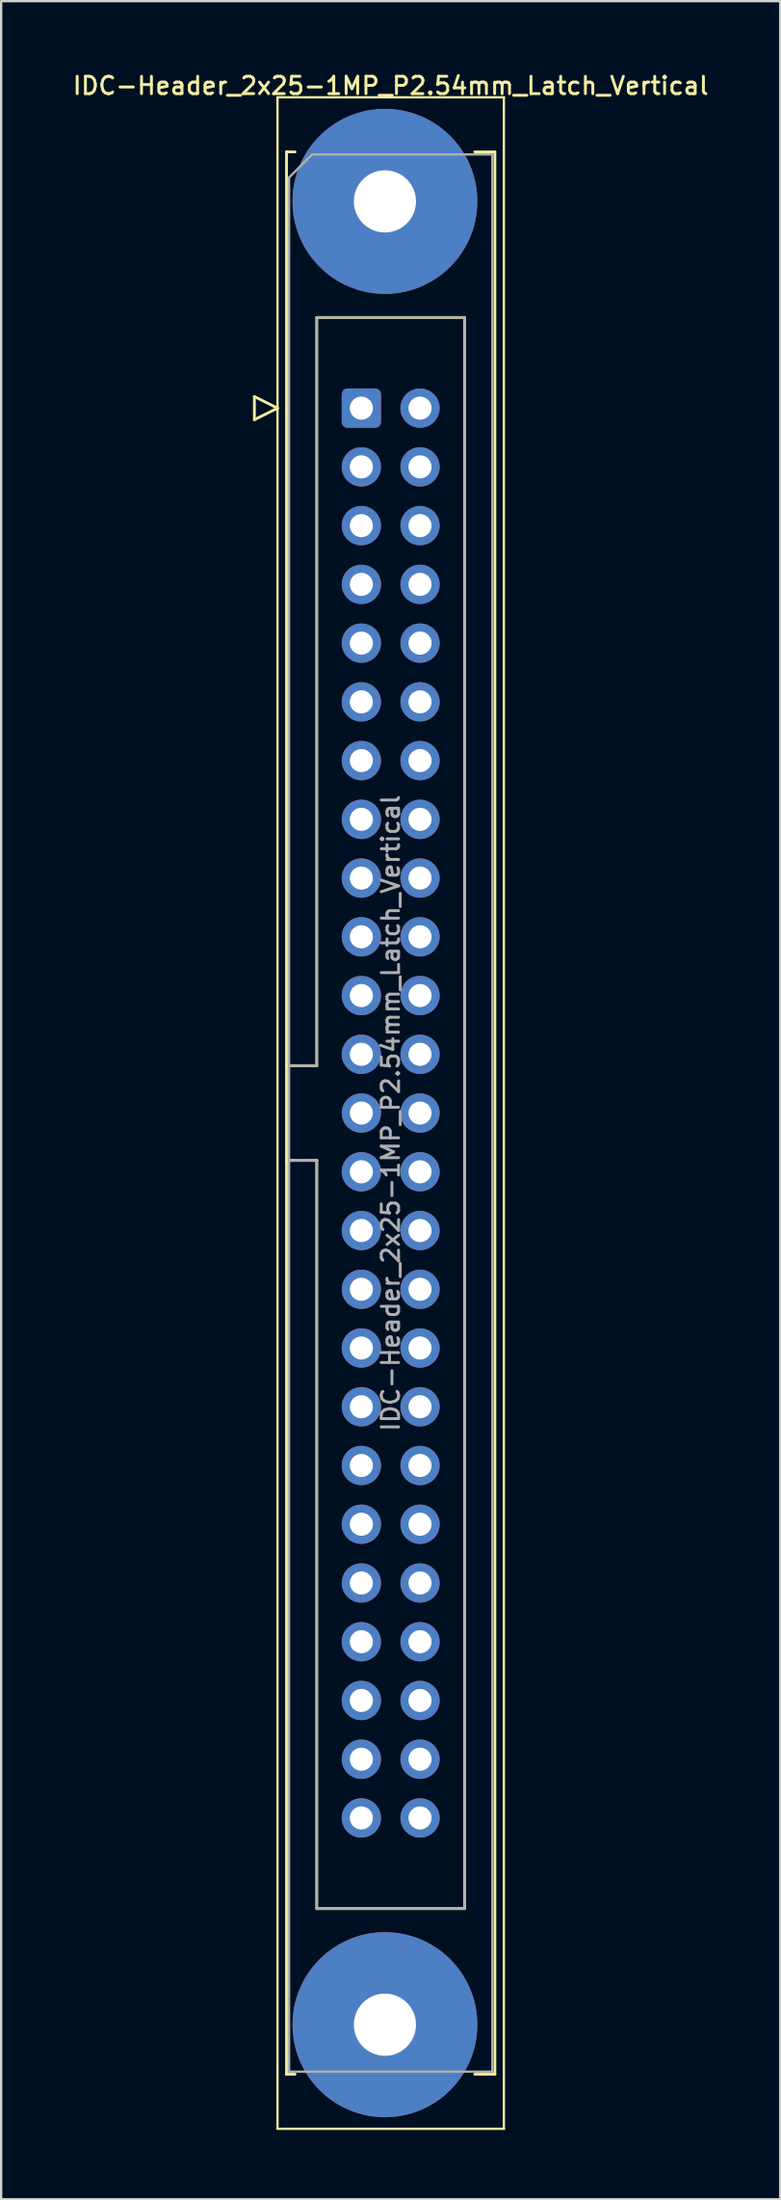
<source format=kicad_pcb>
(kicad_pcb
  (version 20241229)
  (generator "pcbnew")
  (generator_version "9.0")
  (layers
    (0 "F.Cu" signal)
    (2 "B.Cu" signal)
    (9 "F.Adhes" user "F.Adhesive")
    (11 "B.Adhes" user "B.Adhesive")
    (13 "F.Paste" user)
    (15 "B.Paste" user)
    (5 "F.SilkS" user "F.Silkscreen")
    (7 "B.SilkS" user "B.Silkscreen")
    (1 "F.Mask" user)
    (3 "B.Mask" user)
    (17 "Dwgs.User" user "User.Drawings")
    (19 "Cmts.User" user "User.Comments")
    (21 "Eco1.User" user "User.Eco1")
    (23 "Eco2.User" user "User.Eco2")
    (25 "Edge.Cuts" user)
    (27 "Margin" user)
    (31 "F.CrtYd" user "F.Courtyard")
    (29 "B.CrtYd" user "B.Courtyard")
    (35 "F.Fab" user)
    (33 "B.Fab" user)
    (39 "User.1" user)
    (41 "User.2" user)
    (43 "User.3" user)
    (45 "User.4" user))
  (footprint "IDC-Header_2x25-1MP_P2.54mm_Latch_Vertical"
    (layer "F.Cu")
    (at 12.592 14.598)
    (property "Reference" "IDC-Header_2x25-1MP_P2.54mm_Latch_Vertical" (at 1.27 -13.94 0) (layer "F.SilkS") (effects (font (size 0.75 0.75) (thickness 0.125))))
    (attr through_hole)
    (fp_line (start -4.63 -0.5) (end -4.63 0.5) (stroke (width 0.12) (type solid)) (layer "F.SilkS"))
    (fp_line (start -4.63 0.5) (end -3.63 0) (stroke (width 0.12) (type solid)) (layer "F.SilkS"))
    (fp_line (start -3.63 -13.44) (end -3.63 74.4) (stroke (width 0.1) (type solid)) (layer "F.SilkS"))
    (fp_line (start -3.63 0) (end -4.63 -0.5) (stroke (width 0.12) (type solid)) (layer "F.SilkS"))
    (fp_line (start -3.63 74.4) (end 6.17 74.4) (stroke (width 0.1) (type solid)) (layer "F.SilkS"))
    (fp_line (start -3.24 -11.08) (end -3.24 72.04) (stroke (width 0.12) (type solid)) (layer "F.SilkS"))
    (fp_line (start -3.24 28.43) (end -1.93 28.43) (stroke (width 0.12) (type solid)) (layer "F.SilkS"))
    (fp_line (start -3.24 72.04) (end -2.87 72.04) (stroke (width 0.12) (type solid)) (layer "F.SilkS"))
    (fp_line (start -2.87 -11.08) (end -3.24 -11.08) (stroke (width 0.12) (type solid)) (layer "F.SilkS"))
    (fp_line (start -1.93 -3.92) (end 4.47 -3.92) (stroke (width 0.12) (type solid)) (layer "F.SilkS"))
    (fp_line (start -1.93 28.43) (end -1.93 -3.92) (stroke (width 0.12) (type solid)) (layer "F.SilkS"))
    (fp_line (start -1.93 32.53) (end -3.24 32.53) (stroke (width 0.12) (type solid)) (layer "F.SilkS"))
    (fp_line (start -1.93 32.53) (end -1.93 32.53) (stroke (width 0.12) (type solid)) (layer "F.SilkS"))
    (fp_line (start -1.93 64.88) (end -1.93 32.53) (stroke (width 0.12) (type solid)) (layer "F.SilkS"))
    (fp_line (start 4.47 -3.92) (end 4.47 64.88) (stroke (width 0.12) (type solid)) (layer "F.SilkS"))
    (fp_line (start 4.47 64.88) (end -1.93 64.88) (stroke (width 0.12) (type solid)) (layer "F.SilkS"))
    (fp_line (start 4.91 -11.08) (end 5.78 -11.08) (stroke (width 0.12) (type solid)) (layer "F.SilkS"))
    (fp_line (start 5.78 -11.08) (end 5.78 72.04) (stroke (width 0.12) (type solid)) (layer "F.SilkS"))
    (fp_line (start 5.78 72.04) (end 4.91 72.04) (stroke (width 0.12) (type solid)) (layer "F.SilkS"))
    (fp_line (start 6.17 -13.44) (end -3.63 -13.44) (stroke (width 0.1) (type solid)) (layer "F.SilkS"))
    (fp_line (start 6.17 74.4) (end 6.17 -13.44) (stroke (width 0.1) (type solid)) (layer "F.SilkS"))
    (fp_line (start -3.13 -9.97) (end -2.13 -10.97) (stroke (width 0.1) (type solid)) (layer "F.Fab"))
    (fp_line (start -3.13 28.43) (end -1.93 28.43) (stroke (width 0.1) (type solid)) (layer "F.Fab"))
    (fp_line (start -3.13 71.93) (end -3.13 -9.97) (stroke (width 0.1) (type solid)) (layer "F.Fab"))
    (fp_line (start -2.13 -10.97) (end 5.67 -10.97) (stroke (width 0.1) (type solid)) (layer "F.Fab"))
    (fp_line (start -1.93 -3.92) (end 4.47 -3.92) (stroke (width 0.1) (type solid)) (layer "F.Fab"))
    (fp_line (start -1.93 28.43) (end -1.93 -3.92) (stroke (width 0.1) (type solid)) (layer "F.Fab"))
    (fp_line (start -1.93 32.53) (end -3.13 32.53) (stroke (width 0.1) (type solid)) (layer "F.Fab"))
    (fp_line (start -1.93 32.53) (end -1.93 32.53) (stroke (width 0.1) (type solid)) (layer "F.Fab"))
    (fp_line (start -1.93 64.88) (end -1.93 32.53) (stroke (width 0.1) (type solid)) (layer "F.Fab"))
    (fp_line (start 4.47 -3.92) (end 4.47 64.88) (stroke (width 0.1) (type solid)) (layer "F.Fab"))
    (fp_line (start 4.47 64.88) (end -1.93 64.88) (stroke (width 0.1) (type solid)) (layer "F.Fab"))
    (fp_line (start 5.67 -10.97) (end 5.67 71.93) (stroke (width 0.1) (type solid)) (layer "F.Fab"))
    (fp_line (start 5.67 71.93) (end -3.13 71.93) (stroke (width 0.1) (type solid)) (layer "F.Fab"))
    (fp_text user "${REFERENCE}" (at 1.27 30.48 90) (layer "F.Fab") (effects (font (size 0.75 0.75) (thickness 0.125))))
    (pad "1" thru_hole roundrect (at 0 0) (size 1.7 1.7) (drill 1) (layers "*.Cu" "*.Mask") (roundrect_rratio 0.147))
    (pad "2" thru_hole circle (at 2.54 0) (size 1.7 1.7) (drill 1) (layers "*.Cu" "*.Mask"))
    (pad "3" thru_hole circle (at 0 2.54) (size 1.7 1.7) (drill 1) (layers "*.Cu" "*.Mask"))
    (pad "4" thru_hole circle (at 2.54 2.54) (size 1.7 1.7) (drill 1) (layers "*.Cu" "*.Mask"))
    (pad "5" thru_hole circle (at 0 5.08) (size 1.7 1.7) (drill 1) (layers "*.Cu" "*.Mask"))
    (pad "6" thru_hole circle (at 2.54 5.08) (size 1.7 1.7) (drill 1) (layers "*.Cu" "*.Mask"))
    (pad "7" thru_hole circle (at 0 7.62) (size 1.7 1.7) (drill 1) (layers "*.Cu" "*.Mask"))
    (pad "8" thru_hole circle (at 2.54 7.62) (size 1.7 1.7) (drill 1) (layers "*.Cu" "*.Mask"))
    (pad "9" thru_hole circle (at 0 10.16) (size 1.7 1.7) (drill 1) (layers "*.Cu" "*.Mask"))
    (pad "10" thru_hole circle (at 2.54 10.16) (size 1.7 1.7) (drill 1) (layers "*.Cu" "*.Mask"))
    (pad "11" thru_hole circle (at 0 12.7) (size 1.7 1.7) (drill 1) (layers "*.Cu" "*.Mask"))
    (pad "12" thru_hole circle (at 2.54 12.7) (size 1.7 1.7) (drill 1) (layers "*.Cu" "*.Mask"))
    (pad "13" thru_hole circle (at 0 15.24) (size 1.7 1.7) (drill 1) (layers "*.Cu" "*.Mask"))
    (pad "14" thru_hole circle (at 2.54 15.24) (size 1.7 1.7) (drill 1) (layers "*.Cu" "*.Mask"))
    (pad "15" thru_hole circle (at 0 17.78) (size 1.7 1.7) (drill 1) (layers "*.Cu" "*.Mask"))
    (pad "16" thru_hole circle (at 2.54 17.78) (size 1.7 1.7) (drill 1) (layers "*.Cu" "*.Mask"))
    (pad "17" thru_hole circle (at 0 20.32) (size 1.7 1.7) (drill 1) (layers "*.Cu" "*.Mask"))
    (pad "18" thru_hole circle (at 2.54 20.32) (size 1.7 1.7) (drill 1) (layers "*.Cu" "*.Mask"))
    (pad "19" thru_hole circle (at 0 22.86) (size 1.7 1.7) (drill 1) (layers "*.Cu" "*.Mask"))
    (pad "20" thru_hole circle (at 2.54 22.86) (size 1.7 1.7) (drill 1) (layers "*.Cu" "*.Mask"))
    (pad "21" thru_hole circle (at 0 25.4) (size 1.7 1.7) (drill 1) (layers "*.Cu" "*.Mask"))
    (pad "22" thru_hole circle (at 2.54 25.4) (size 1.7 1.7) (drill 1) (layers "*.Cu" "*.Mask"))
    (pad "23" thru_hole circle (at 0 27.94) (size 1.7 1.7) (drill 1) (layers "*.Cu" "*.Mask"))
    (pad "24" thru_hole circle (at 2.54 27.94) (size 1.7 1.7) (drill 1) (layers "*.Cu" "*.Mask"))
    (pad "25" thru_hole circle (at 0 30.48) (size 1.7 1.7) (drill 1) (layers "*.Cu" "*.Mask"))
    (pad "26" thru_hole circle (at 2.54 30.48) (size 1.7 1.7) (drill 1) (layers "*.Cu" "*.Mask"))
    (pad "27" thru_hole circle (at 0 33.02) (size 1.7 1.7) (drill 1) (layers "*.Cu" "*.Mask"))
    (pad "28" thru_hole circle (at 2.54 33.02) (size 1.7 1.7) (drill 1) (layers "*.Cu" "*.Mask"))
    (pad "29" thru_hole circle (at 0 35.56) (size 1.7 1.7) (drill 1) (layers "*.Cu" "*.Mask"))
    (pad "30" thru_hole circle (at 2.54 35.56) (size 1.7 1.7) (drill 1) (layers "*.Cu" "*.Mask"))
    (pad "31" thru_hole circle (at 0 38.1) (size 1.7 1.7) (drill 1) (layers "*.Cu" "*.Mask"))
    (pad "32" thru_hole circle (at 2.54 38.1) (size 1.7 1.7) (drill 1) (layers "*.Cu" "*.Mask"))
    (pad "33" thru_hole circle (at 0 40.64) (size 1.7 1.7) (drill 1) (layers "*.Cu" "*.Mask"))
    (pad "34" thru_hole circle (at 2.54 40.64) (size 1.7 1.7) (drill 1) (layers "*.Cu" "*.Mask"))
    (pad "35" thru_hole circle (at 0 43.18) (size 1.7 1.7) (drill 1) (layers "*.Cu" "*.Mask"))
    (pad "36" thru_hole circle (at 2.54 43.18) (size 1.7 1.7) (drill 1) (layers "*.Cu" "*.Mask"))
    (pad "37" thru_hole circle (at 0 45.72) (size 1.7 1.7) (drill 1) (layers "*.Cu" "*.Mask"))
    (pad "38" thru_hole circle (at 2.54 45.72) (size 1.7 1.7) (drill 1) (layers "*.Cu" "*.Mask"))
    (pad "39" thru_hole circle (at 0 48.26) (size 1.7 1.7) (drill 1) (layers "*.Cu" "*.Mask"))
    (pad "40" thru_hole circle (at 2.54 48.26) (size 1.7 1.7) (drill 1) (layers "*.Cu" "*.Mask"))
    (pad "41" thru_hole circle (at 0 50.8) (size 1.7 1.7) (drill 1) (layers "*.Cu" "*.Mask"))
    (pad "42" thru_hole circle (at 2.54 50.8) (size 1.7 1.7) (drill 1) (layers "*.Cu" "*.Mask"))
    (pad "43" thru_hole circle (at 0 53.34) (size 1.7 1.7) (drill 1) (layers "*.Cu" "*.Mask"))
    (pad "44" thru_hole circle (at 2.54 53.34) (size 1.7 1.7) (drill 1) (layers "*.Cu" "*.Mask"))
    (pad "45" thru_hole circle (at 0 55.88) (size 1.7 1.7) (drill 1) (layers "*.Cu" "*.Mask"))
    (pad "46" thru_hole circle (at 2.54 55.88) (size 1.7 1.7) (drill 1) (layers "*.Cu" "*.Mask"))
    (pad "47" thru_hole circle (at 0 58.42) (size 1.7 1.7) (drill 1) (layers "*.Cu" "*.Mask"))
    (pad "48" thru_hole circle (at 2.54 58.42) (size 1.7 1.7) (drill 1) (layers "*.Cu" "*.Mask"))
    (pad "49" thru_hole circle (at 0 60.96) (size 1.7 1.7) (drill 1) (layers "*.Cu" "*.Mask"))
    (pad "50" thru_hole circle (at 2.54 60.96) (size 1.7 1.7) (drill 1) (layers "*.Cu" "*.Mask"))
    (pad "MP" thru_hole circle (at 1.02 -8.94) (size 8 8) (drill 2.69) (layers "*.Cu" "*.Mask"))
    (pad "MP" thru_hole circle (at 1.02 69.9) (size 8 8) (drill 2.69) (layers "*.Cu" "*.Mask")))
  (gr_rect
    (start -3 -3)
    (end 30.725 92.048)
    (stroke (width 0.1) (type default))
    (fill no)
    (layer "Edge.Cuts")))
</source>
